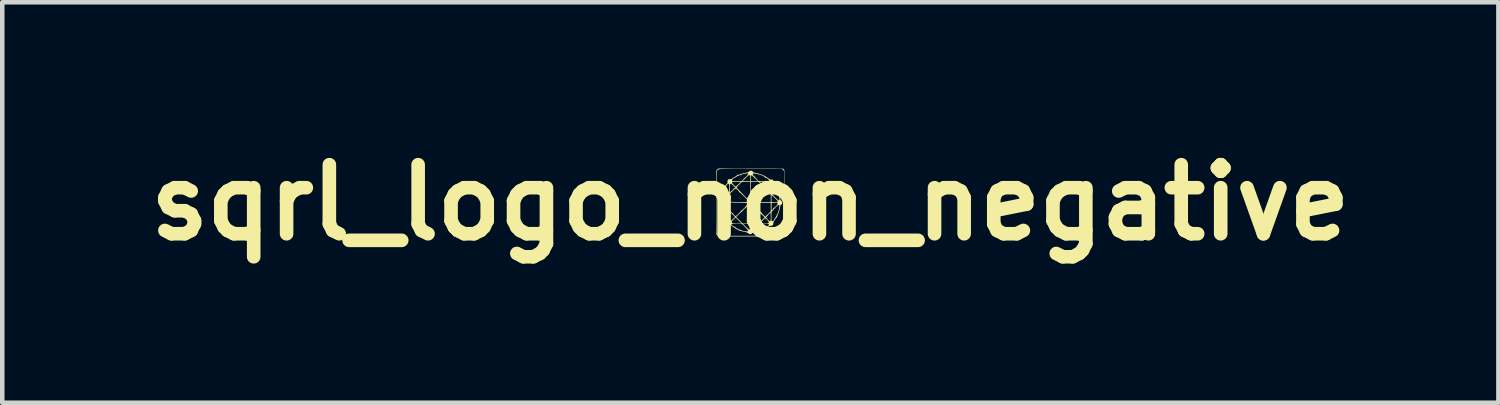
<source format=kicad_pcb>
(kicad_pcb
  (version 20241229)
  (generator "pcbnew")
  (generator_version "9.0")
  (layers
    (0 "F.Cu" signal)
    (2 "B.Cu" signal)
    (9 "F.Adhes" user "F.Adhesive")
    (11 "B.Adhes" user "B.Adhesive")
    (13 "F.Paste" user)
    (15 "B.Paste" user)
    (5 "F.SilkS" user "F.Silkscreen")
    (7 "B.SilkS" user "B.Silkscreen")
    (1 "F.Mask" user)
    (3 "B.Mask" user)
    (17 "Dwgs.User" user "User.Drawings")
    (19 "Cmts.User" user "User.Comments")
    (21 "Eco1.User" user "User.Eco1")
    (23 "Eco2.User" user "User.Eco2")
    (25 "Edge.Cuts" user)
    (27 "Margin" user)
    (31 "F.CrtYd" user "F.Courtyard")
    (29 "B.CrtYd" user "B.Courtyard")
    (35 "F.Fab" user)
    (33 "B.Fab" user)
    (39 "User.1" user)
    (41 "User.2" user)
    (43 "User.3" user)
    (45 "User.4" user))
  (footprint "sqrl_logo_non_negative"
    (layer "F.Cu")
    (at 13.506 1.418)
    (property "Reference" "sqrl_logo_non_negative" (at 0 0 0) (layer "F.SilkS") (effects (font (size 1.524 1.524) (thickness 0.3))))
    (attr board_only exclude_from_pos_files exclude_from_bom)
    (fp_poly (pts (xy -0.705 -0.716) (xy -0.709 -0.713) (xy -0.713 -0.716) (xy -0.709 -0.72)) (stroke (width 0) (type solid)) (fill yes) (layer "F.SilkS"))
    (fp_poly (pts (xy -0.683 -0.064) (xy -0.686 -0.06) (xy -0.69 -0.064) (xy -0.686 -0.068)) (stroke (width 0) (type solid)) (fill yes) (layer "F.SilkS"))
    (fp_poly (pts (xy -0.615 -0.071) (xy -0.619 -0.068) (xy -0.623 -0.071) (xy -0.619 -0.075)) (stroke (width 0) (type solid)) (fill yes) (layer "F.SilkS"))
    (fp_poly (pts (xy -0.615 0.326) (xy -0.619 0.33) (xy -0.623 0.326) (xy -0.619 0.323)) (stroke (width 0) (type solid)) (fill yes) (layer "F.SilkS"))
    (fp_poly (pts (xy -0.6 -0.304) (xy -0.604 -0.3) (xy -0.608 -0.304) (xy -0.604 -0.308)) (stroke (width 0) (type solid)) (fill yes) (layer "F.SilkS"))
    (fp_poly (pts (xy -0.593 -0.041) (xy -0.596 -0.038) (xy -0.6 -0.041) (xy -0.596 -0.045)) (stroke (width 0) (type solid)) (fill yes) (layer "F.SilkS"))
    (fp_poly (pts (xy -0.578 -0.034) (xy -0.581 -0.03) (xy -0.585 -0.034) (xy -0.581 -0.038)) (stroke (width 0) (type solid)) (fill yes) (layer "F.SilkS"))
    (fp_poly (pts (xy -0.548 0.139) (xy -0.551 0.143) (xy -0.555 0.139) (xy -0.551 0.135)) (stroke (width 0) (type solid)) (fill yes) (layer "F.SilkS"))
    (fp_poly (pts (xy -0.54 0.446) (xy -0.544 0.45) (xy -0.548 0.446) (xy -0.544 0.443)) (stroke (width 0) (type solid)) (fill yes) (layer "F.SilkS"))
    (fp_poly (pts (xy -0.525 0.439) (xy -0.529 0.443) (xy -0.533 0.439) (xy -0.529 0.435)) (stroke (width 0) (type solid)) (fill yes) (layer "F.SilkS"))
    (fp_poly (pts (xy -0.518 -0.101) (xy -0.521 -0.098) (xy -0.525 -0.101) (xy -0.521 -0.105)) (stroke (width 0) (type solid)) (fill yes) (layer "F.SilkS"))
    (fp_poly (pts (xy -0.503 -0.191) (xy -0.506 -0.188) (xy -0.51 -0.191) (xy -0.506 -0.195)) (stroke (width 0) (type solid)) (fill yes) (layer "F.SilkS"))
    (fp_poly (pts (xy -0.503 0.101) (xy -0.506 0.105) (xy -0.51 0.101) (xy -0.506 0.098)) (stroke (width 0) (type solid)) (fill yes) (layer "F.SilkS"))
    (fp_poly (pts (xy -0.495 -0.206) (xy -0.499 -0.203) (xy -0.503 -0.206) (xy -0.499 -0.21)) (stroke (width 0) (type solid)) (fill yes) (layer "F.SilkS"))
    (fp_poly (pts (xy -0.488 0.394) (xy -0.491 0.398) (xy -0.495 0.394) (xy -0.491 0.39)) (stroke (width 0) (type solid)) (fill yes) (layer "F.SilkS"))
    (fp_poly (pts (xy -0.48 0.131) (xy -0.484 0.135) (xy -0.488 0.131) (xy -0.484 0.128)) (stroke (width 0) (type solid)) (fill yes) (layer "F.SilkS"))
    (fp_poly (pts (xy -0.473 -0.394) (xy -0.476 -0.39) (xy -0.48 -0.394) (xy -0.476 -0.398)) (stroke (width 0) (type solid)) (fill yes) (layer "F.SilkS"))
    (fp_poly (pts (xy -0.435 0.251) (xy -0.439 0.255) (xy -0.443 0.251) (xy -0.439 0.248)) (stroke (width 0) (type solid)) (fill yes) (layer "F.SilkS"))
    (fp_poly (pts (xy -0.435 0.266) (xy -0.439 0.27) (xy -0.443 0.266) (xy -0.439 0.263)) (stroke (width 0) (type solid)) (fill yes) (layer "F.SilkS"))
    (fp_poly (pts (xy -0.435 0.529) (xy -0.439 0.533) (xy -0.443 0.529) (xy -0.439 0.525)) (stroke (width 0) (type solid)) (fill yes) (layer "F.SilkS"))
    (fp_poly (pts (xy -0.42 -0.409) (xy -0.424 -0.405) (xy -0.428 -0.409) (xy -0.424 -0.413)) (stroke (width 0) (type solid)) (fill yes) (layer "F.SilkS"))
    (fp_poly (pts (xy -0.42 -0.394) (xy -0.424 -0.39) (xy -0.428 -0.394) (xy -0.424 -0.398)) (stroke (width 0) (type solid)) (fill yes) (layer "F.SilkS"))
    (fp_poly (pts (xy -0.42 0.259) (xy -0.424 0.263) (xy -0.428 0.259) (xy -0.424 0.255)) (stroke (width 0) (type solid)) (fill yes) (layer "F.SilkS"))
    (fp_poly (pts (xy -0.42 0.521) (xy -0.424 0.525) (xy -0.428 0.521) (xy -0.424 0.518)) (stroke (width 0) (type solid)) (fill yes) (layer "F.SilkS"))
    (fp_poly (pts (xy -0.42 0.544) (xy -0.424 0.548) (xy -0.428 0.544) (xy -0.424 0.54)) (stroke (width 0) (type solid)) (fill yes) (layer "F.SilkS"))
    (fp_poly (pts (xy -0.398 0.161) (xy -0.401 0.165) (xy -0.405 0.161) (xy -0.401 0.158)) (stroke (width 0) (type solid)) (fill yes) (layer "F.SilkS"))
    (fp_poly (pts (xy -0.39 -0.544) (xy -0.394 -0.54) (xy -0.398 -0.544) (xy -0.394 -0.548)) (stroke (width 0) (type solid)) (fill yes) (layer "F.SilkS"))
    (fp_poly (pts (xy -0.39 0.559) (xy -0.394 0.563) (xy -0.398 0.559) (xy -0.394 0.555)) (stroke (width 0) (type solid)) (fill yes) (layer "F.SilkS"))
    (fp_poly (pts (xy -0.383 -0.559) (xy -0.386 -0.555) (xy -0.39 -0.559) (xy -0.386 -0.563)) (stroke (width 0) (type solid)) (fill yes) (layer "F.SilkS"))
    (fp_poly (pts (xy -0.383 -0.244) (xy -0.386 -0.24) (xy -0.39 -0.244) (xy -0.386 -0.248)) (stroke (width 0) (type solid)) (fill yes) (layer "F.SilkS"))
    (fp_poly (pts (xy -0.375 0.311) (xy -0.379 0.315) (xy -0.383 0.311) (xy -0.379 0.308)) (stroke (width 0) (type solid)) (fill yes) (layer "F.SilkS"))
    (fp_poly (pts (xy -0.368 -0.319) (xy -0.371 -0.315) (xy -0.375 -0.319) (xy -0.371 -0.323)) (stroke (width 0) (type solid)) (fill yes) (layer "F.SilkS"))
    (fp_poly (pts (xy -0.36 -0.341) (xy -0.364 -0.338) (xy -0.368 -0.341) (xy -0.364 -0.345)) (stroke (width 0) (type solid)) (fill yes) (layer "F.SilkS"))
    (fp_poly (pts (xy -0.353 0.379) (xy -0.356 0.383) (xy -0.36 0.379) (xy -0.356 0.375)) (stroke (width 0) (type solid)) (fill yes) (layer "F.SilkS"))
    (fp_poly (pts (xy -0.315 0.281) (xy -0.319 0.285) (xy -0.323 0.281) (xy -0.319 0.278)) (stroke (width 0) (type solid)) (fill yes) (layer "F.SilkS"))
    (fp_poly (pts (xy -0.315 0.611) (xy -0.319 0.615) (xy -0.323 0.611) (xy -0.319 0.608)) (stroke (width 0) (type solid)) (fill yes) (layer "F.SilkS"))
    (fp_poly (pts (xy -0.308 -0.379) (xy -0.311 -0.375) (xy -0.315 -0.379) (xy -0.311 -0.383)) (stroke (width 0) (type solid)) (fill yes) (layer "F.SilkS"))
    (fp_poly (pts (xy -0.308 0.379) (xy -0.311 0.383) (xy -0.315 0.379) (xy -0.311 0.375)) (stroke (width 0) (type solid)) (fill yes) (layer "F.SilkS"))
    (fp_poly (pts (xy -0.3 0.604) (xy -0.304 0.608) (xy -0.308 0.604) (xy -0.304 0.6)) (stroke (width 0) (type solid)) (fill yes) (layer "F.SilkS"))
    (fp_poly (pts (xy -0.278 -0.341) (xy -0.281 -0.338) (xy -0.285 -0.341) (xy -0.281 -0.345)) (stroke (width 0) (type solid)) (fill yes) (layer "F.SilkS"))
    (fp_poly (pts (xy -0.278 0.566) (xy -0.281 0.57) (xy -0.285 0.566) (xy -0.281 0.563)) (stroke (width 0) (type solid)) (fill yes) (layer "F.SilkS"))
    (fp_poly (pts (xy -0.263 0.439) (xy -0.266 0.443) (xy -0.27 0.439) (xy -0.266 0.435)) (stroke (width 0) (type solid)) (fill yes) (layer "F.SilkS"))
    (fp_poly (pts (xy -0.263 0.581) (xy -0.266 0.585) (xy -0.27 0.581) (xy -0.266 0.578)) (stroke (width 0) (type solid)) (fill yes) (layer "F.SilkS"))
    (fp_poly (pts (xy -0.248 -0.439) (xy -0.251 -0.435) (xy -0.255 -0.439) (xy -0.251 -0.443)) (stroke (width 0) (type solid)) (fill yes) (layer "F.SilkS"))
    (fp_poly (pts (xy -0.233 0.356) (xy -0.236 0.36) (xy -0.24 0.356) (xy -0.236 0.353)) (stroke (width 0) (type solid)) (fill yes) (layer "F.SilkS"))
    (fp_poly (pts (xy -0.225 -0.266) (xy -0.229 -0.263) (xy -0.233 -0.266) (xy -0.229 -0.27)) (stroke (width 0) (type solid)) (fill yes) (layer "F.SilkS"))
    (fp_poly (pts (xy -0.218 0.341) (xy -0.221 0.345) (xy -0.225 0.341) (xy -0.221 0.338)) (stroke (width 0) (type solid)) (fill yes) (layer "F.SilkS"))
    (fp_poly (pts (xy -0.188 -0.604) (xy -0.191 -0.6) (xy -0.195 -0.604) (xy -0.191 -0.608)) (stroke (width 0) (type solid)) (fill yes) (layer "F.SilkS"))
    (fp_poly (pts (xy -0.188 -0.484) (xy -0.191 -0.48) (xy -0.195 -0.484) (xy -0.191 -0.488)) (stroke (width 0) (type solid)) (fill yes) (layer "F.SilkS"))
    (fp_poly (pts (xy -0.188 0.424) (xy -0.191 0.428) (xy -0.195 0.424) (xy -0.191 0.42)) (stroke (width 0) (type solid)) (fill yes) (layer "F.SilkS"))
    (fp_poly (pts (xy -0.18 0.491) (xy -0.184 0.495) (xy -0.188 0.491) (xy -0.184 0.488)) (stroke (width 0) (type solid)) (fill yes) (layer "F.SilkS"))
    (fp_poly (pts (xy -0.158 0.191) (xy -0.161 0.195) (xy -0.165 0.191) (xy -0.161 0.188)) (stroke (width 0) (type solid)) (fill yes) (layer "F.SilkS"))
    (fp_poly (pts (xy -0.15 -0.191) (xy -0.154 -0.188) (xy -0.158 -0.191) (xy -0.154 -0.195)) (stroke (width 0) (type solid)) (fill yes) (layer "F.SilkS"))
    (fp_poly (pts (xy -0.128 -0.101) (xy -0.131 -0.098) (xy -0.135 -0.101) (xy -0.131 -0.105)) (stroke (width 0) (type solid)) (fill yes) (layer "F.SilkS"))
    (fp_poly (pts (xy -0.128 0.544) (xy -0.131 0.548) (xy -0.135 0.544) (xy -0.131 0.54)) (stroke (width 0) (type solid)) (fill yes) (layer "F.SilkS"))
    (fp_poly (pts (xy -0.128 0.559) (xy -0.131 0.563) (xy -0.135 0.559) (xy -0.131 0.555)) (stroke (width 0) (type solid)) (fill yes) (layer "F.SilkS"))
    (fp_poly (pts (xy -0.105 0.139) (xy -0.109 0.143) (xy -0.113 0.139) (xy -0.109 0.135)) (stroke (width 0) (type solid)) (fill yes) (layer "F.SilkS"))
    (fp_poly (pts (xy -0.098 -0.521) (xy -0.101 -0.518) (xy -0.105 -0.521) (xy -0.101 -0.525)) (stroke (width 0) (type solid)) (fill yes) (layer "F.SilkS"))
    (fp_poly (pts (xy -0.083 -0.064) (xy -0.086 -0.06) (xy -0.09 -0.064) (xy -0.086 -0.068)) (stroke (width 0) (type solid)) (fill yes) (layer "F.SilkS"))
    (fp_poly (pts (xy -0.083 0.679) (xy -0.086 0.683) (xy -0.09 0.679) (xy -0.086 0.675)) (stroke (width 0) (type solid)) (fill yes) (layer "F.SilkS"))
    (fp_poly (pts (xy -0.06 0.619) (xy -0.064 0.623) (xy -0.068 0.619) (xy -0.064 0.615)) (stroke (width 0) (type solid)) (fill yes) (layer "F.SilkS"))
    (fp_poly (pts (xy -0.053 0.521) (xy -0.056 0.525) (xy -0.06 0.521) (xy -0.056 0.518)) (stroke (width 0) (type solid)) (fill yes) (layer "F.SilkS"))
    (fp_poly (pts (xy 0.068 -0.611) (xy 0.064 -0.608) (xy 0.06 -0.611) (xy 0.064 -0.615)) (stroke (width 0) (type solid)) (fill yes) (layer "F.SilkS"))
    (fp_poly (pts (xy 0.083 0.049) (xy 0.079 0.053) (xy 0.075 0.049) (xy 0.079 0.045)) (stroke (width 0) (type solid)) (fill yes) (layer "F.SilkS"))
    (fp_poly (pts (xy 0.09 -0.619) (xy 0.086 -0.615) (xy 0.083 -0.619) (xy 0.086 -0.623)) (stroke (width 0) (type solid)) (fill yes) (layer "F.SilkS"))
    (fp_poly (pts (xy 0.098 -0.529) (xy 0.094 -0.525) (xy 0.09 -0.529) (xy 0.094 -0.533)) (stroke (width 0) (type solid)) (fill yes) (layer "F.SilkS"))
    (fp_poly (pts (xy 0.105 -0.139) (xy 0.101 -0.135) (xy 0.098 -0.139) (xy 0.101 -0.143)) (stroke (width 0) (type solid)) (fill yes) (layer "F.SilkS"))
    (fp_poly (pts (xy 0.135 -0.551) (xy 0.131 -0.548) (xy 0.128 -0.551) (xy 0.131 -0.555)) (stroke (width 0) (type solid)) (fill yes) (layer "F.SilkS"))
    (fp_poly (pts (xy 0.135 0.094) (xy 0.131 0.098) (xy 0.128 0.094) (xy 0.131 0.09)) (stroke (width 0) (type solid)) (fill yes) (layer "F.SilkS"))
    (fp_poly (pts (xy 0.15 -0.559) (xy 0.146 -0.555) (xy 0.143 -0.559) (xy 0.146 -0.563)) (stroke (width 0) (type solid)) (fill yes) (layer "F.SilkS"))
    (fp_poly (pts (xy 0.173 0.656) (xy 0.169 0.66) (xy 0.165 0.656) (xy 0.169 0.653)) (stroke (width 0) (type solid)) (fill yes) (layer "F.SilkS"))
    (fp_poly (pts (xy 0.21 -0.596) (xy 0.206 -0.593) (xy 0.203 -0.596) (xy 0.206 -0.6)) (stroke (width 0) (type solid)) (fill yes) (layer "F.SilkS"))
    (fp_poly (pts (xy 0.248 -0.206) (xy 0.244 -0.203) (xy 0.24 -0.206) (xy 0.244 -0.21)) (stroke (width 0) (type solid)) (fill yes) (layer "F.SilkS"))
    (fp_poly (pts (xy 0.248 0.446) (xy 0.244 0.45) (xy 0.24 0.446) (xy 0.244 0.443)) (stroke (width 0) (type solid)) (fill yes) (layer "F.SilkS"))
    (fp_poly (pts (xy 0.263 -0.439) (xy 0.259 -0.435) (xy 0.255 -0.439) (xy 0.259 -0.443)) (stroke (width 0) (type solid)) (fill yes) (layer "F.SilkS"))
    (fp_poly (pts (xy 0.27 0.424) (xy 0.266 0.428) (xy 0.263 0.424) (xy 0.266 0.42)) (stroke (width 0) (type solid)) (fill yes) (layer "F.SilkS"))
    (fp_poly (pts (xy 0.285 0.341) (xy 0.281 0.345) (xy 0.278 0.341) (xy 0.281 0.338)) (stroke (width 0) (type solid)) (fill yes) (layer "F.SilkS"))
    (fp_poly (pts (xy 0.308 -0.619) (xy 0.304 -0.615) (xy 0.3 -0.619) (xy 0.304 -0.623)) (stroke (width 0) (type solid)) (fill yes) (layer "F.SilkS"))
    (fp_poly (pts (xy 0.308 -0.386) (xy 0.304 -0.383) (xy 0.3 -0.386) (xy 0.304 -0.39)) (stroke (width 0) (type solid)) (fill yes) (layer "F.SilkS"))
    (fp_poly (pts (xy 0.308 0.386) (xy 0.304 0.39) (xy 0.3 0.386) (xy 0.304 0.383)) (stroke (width 0) (type solid)) (fill yes) (layer "F.SilkS"))
    (fp_poly (pts (xy 0.315 -0.371) (xy 0.311 -0.368) (xy 0.308 -0.371) (xy 0.311 -0.375)) (stroke (width 0) (type solid)) (fill yes) (layer "F.SilkS"))
    (fp_poly (pts (xy 0.323 0.281) (xy 0.319 0.285) (xy 0.315 0.281) (xy 0.319 0.278)) (stroke (width 0) (type solid)) (fill yes) (layer "F.SilkS"))
    (fp_poly (pts (xy 0.338 0.296) (xy 0.334 0.3) (xy 0.33 0.296) (xy 0.334 0.293)) (stroke (width 0) (type solid)) (fill yes) (layer "F.SilkS"))
    (fp_poly (pts (xy 0.345 -0.529) (xy 0.341 -0.525) (xy 0.338 -0.529) (xy 0.341 -0.533)) (stroke (width 0) (type solid)) (fill yes) (layer "F.SilkS"))
    (fp_poly (pts (xy 0.345 -0.386) (xy 0.341 -0.383) (xy 0.338 -0.386) (xy 0.341 -0.39)) (stroke (width 0) (type solid)) (fill yes) (layer "F.SilkS"))
    (fp_poly (pts (xy 0.345 0.281) (xy 0.341 0.285) (xy 0.338 0.281) (xy 0.341 0.278)) (stroke (width 0) (type solid)) (fill yes) (layer "F.SilkS"))
    (fp_poly (pts (xy 0.36 -0.521) (xy 0.356 -0.518) (xy 0.353 -0.521) (xy 0.356 -0.525)) (stroke (width 0) (type solid)) (fill yes) (layer "F.SilkS"))
    (fp_poly (pts (xy 0.405 -0.544) (xy 0.401 -0.54) (xy 0.398 -0.544) (xy 0.401 -0.548)) (stroke (width 0) (type solid)) (fill yes) (layer "F.SilkS"))
    (fp_poly (pts (xy 0.428 0.401) (xy 0.424 0.405) (xy 0.42 0.401) (xy 0.424 0.398)) (stroke (width 0) (type solid)) (fill yes) (layer "F.SilkS"))
    (fp_poly (pts (xy 0.443 -0.559) (xy 0.439 -0.555) (xy 0.435 -0.559) (xy 0.439 -0.563)) (stroke (width 0) (type solid)) (fill yes) (layer "F.SilkS"))
    (fp_poly (pts (xy 0.495 0.131) (xy 0.491 0.135) (xy 0.488 0.131) (xy 0.491 0.128)) (stroke (width 0) (type solid)) (fill yes) (layer "F.SilkS"))
    (fp_poly (pts (xy 0.503 -0.394) (xy 0.499 -0.39) (xy 0.495 -0.394) (xy 0.499 -0.398)) (stroke (width 0) (type solid)) (fill yes) (layer "F.SilkS"))
    (fp_poly (pts (xy 0.533 -0.439) (xy 0.529 -0.435) (xy 0.525 -0.439) (xy 0.529 -0.443)) (stroke (width 0) (type solid)) (fill yes) (layer "F.SilkS"))
    (fp_poly (pts (xy 0.54 0.349) (xy 0.536 0.353) (xy 0.533 0.349) (xy 0.536 0.345)) (stroke (width 0) (type solid)) (fill yes) (layer "F.SilkS"))
    (fp_poly (pts (xy 0.548 0.139) (xy 0.544 0.143) (xy 0.54 0.139) (xy 0.544 0.135)) (stroke (width 0) (type solid)) (fill yes) (layer "F.SilkS"))
    (fp_poly (pts (xy 0.563 0.124) (xy 0.559 0.128) (xy 0.555 0.124) (xy 0.559 0.12)) (stroke (width 0) (type solid)) (fill yes) (layer "F.SilkS"))
    (fp_poly (pts (xy 0.585 0.236) (xy 0.581 0.24) (xy 0.578 0.236) (xy 0.581 0.233)) (stroke (width 0) (type solid)) (fill yes) (layer "F.SilkS"))
    (fp_poly (pts (xy 0.593 0.034) (xy 0.589 0.038) (xy 0.585 0.034) (xy 0.589 0.03)) (stroke (width 0) (type solid)) (fill yes) (layer "F.SilkS"))
    (fp_poly (pts (xy 0.6 -0.079) (xy 0.596 -0.075) (xy 0.593 -0.079) (xy 0.596 -0.083)) (stroke (width 0) (type solid)) (fill yes) (layer "F.SilkS"))
    (fp_poly (pts (xy 0.608 0.079) (xy 0.604 0.083) (xy 0.6 0.079) (xy 0.604 0.075)) (stroke (width 0) (type solid)) (fill yes) (layer "F.SilkS"))
    (fp_poly (pts (xy 0.698 -0.716) (xy 0.694 -0.713) (xy 0.69 -0.716) (xy 0.694 -0.72)) (stroke (width 0) (type solid)) (fill yes) (layer "F.SilkS"))
    (fp_poly (pts (xy 0.713 0.709) (xy 0.709 0.713) (xy 0.705 0.709) (xy 0.709 0.705)) (stroke (width 0) (type solid)) (fill yes) (layer "F.SilkS"))
    (fp_poly (pts (xy -0.273 0.295) (xy -0.272 0.304) (xy -0.273 0.305) (xy -0.277 0.304) (xy -0.278 0.3) (xy -0.275 0.294)) (stroke (width 0) (type solid)) (fill yes) (layer "F.SilkS"))
    (fp_poly (pts (xy -0.25 0.43) (xy -0.249 0.439) (xy -0.25 0.44) (xy -0.255 0.439) (xy -0.255 0.435) (xy -0.252 0.429)) (stroke (width 0) (type solid)) (fill yes) (layer "F.SilkS"))
    (fp_poly (pts (xy -0.22 -0.59) (xy -0.221 -0.586) (xy -0.225 -0.585) (xy -0.231 -0.588) (xy -0.23 -0.59) (xy -0.221 -0.591)) (stroke (width 0) (type solid)) (fill yes) (layer "F.SilkS"))
    (fp_poly (pts (xy -0.436 0.393) (xy -0.428 0.401) (xy -0.43 0.405) (xy -0.431 0.405) (xy -0.437 0.4) (xy -0.44 0.396) (xy -0.44 0.391)) (stroke (width 0) (type solid)) (fill yes) (layer "F.SilkS"))
    (fp_poly (pts (xy -0.211 -0.605) (xy -0.203 -0.598) (xy -0.203 -0.596) (xy -0.206 -0.593) (xy -0.214 -0.6) (xy -0.215 -0.601) (xy -0.215 -0.606)) (stroke (width 0) (type solid)) (fill yes) (layer "F.SilkS"))
    (fp_poly (pts (xy 0.384 0.327) (xy 0.387 0.336) (xy 0.386 0.338) (xy 0.38 0.345) (xy 0.378 0.337) (xy 0.378 0.334) (xy 0.381 0.327)) (stroke (width 0) (type solid)) (fill yes) (layer "F.SilkS"))
    (fp_poly (pts (xy 0.14 -0.108) (xy 0.139 -0.105) (xy 0.132 -0.098) (xy 0.13 -0.098) (xy 0.13 -0.102) (xy 0.131 -0.105) (xy 0.138 -0.112) (xy 0.14 -0.113)) (stroke (width 0) (type solid)) (fill yes) (layer "F.SilkS"))
    (fp_poly (pts (xy 0.29 -0.325) (xy 0.289 -0.323) (xy 0.282 -0.315) (xy 0.28 -0.315) (xy 0.28 -0.32) (xy 0.281 -0.323) (xy 0.288 -0.33) (xy 0.29 -0.33)) (stroke (width 0) (type solid)) (fill yes) (layer "F.SilkS"))
    (fp_poly (pts (xy 0.335 0.365) (xy 0.334 0.368) (xy 0.327 0.375) (xy 0.325 0.375) (xy 0.325 0.37) (xy 0.326 0.368) (xy 0.333 0.36) (xy 0.335 0.36)) (stroke (width 0) (type solid)) (fill yes) (layer "F.SilkS"))
    (fp_poly (pts (xy 0.44 -0.258) (xy 0.439 -0.255) (xy 0.432 -0.248) (xy 0.43 -0.248) (xy 0.43 -0.252) (xy 0.431 -0.255) (xy 0.438 -0.262) (xy 0.44 -0.263)) (stroke (width 0) (type solid)) (fill yes) (layer "F.SilkS"))
    (fp_poly (pts (xy 0.734 -0.733) (xy 0.75 -0.715) (xy 0.75 0.717) (xy 0.706 0.75) (xy -0.711 0.75) (xy -0.731 0.727) (xy -0.75 0.704) (xy -0.75 0.117) (xy -0.742 0.117) (xy -0.742 0.202) (xy -0.742 0.285) (xy -0.742 0.362) (xy -0.741 0.433) (xy -0.741 0.497) (xy -0.74 0.552) (xy -0.739 0.596) (xy -0.739 0.628) (xy -0.738 0.647) (xy -0.738 0.647) (xy -0.734 0.677) (xy -0.73 0.695) (xy -0.726 0.7) (xy -0.725 0.7) (xy -0.722 0.7) (xy -0.724 0.705) (xy -0.727 0.71) (xy -0.728 0.714) (xy -0.727 0.718) (xy -0.723 0.722) (xy -0.715 0.724) (xy -0.702 0.727) (xy -0.684 0.729) (xy -0.658 0.731) (xy -0.626 0.732) (xy -0.585 0.733) (xy -0.536 0.734) (xy -0.476 0.734) (xy -0.406 0.735) (xy -0.323 0.735) (xy -0.229 0.735) (xy -0.121 0.735) (xy 0.001 0.735) (xy 0.705 0.735) (xy 0.724 0.715) (xy 0.743 0.694) (xy 0.743 -0.695) (xy 0.72 -0.719) (xy 0.698 -0.743) (xy 0.002 -0.742) (xy -0.119 -0.743) (xy -0.227 -0.743) (xy -0.32 -0.743) (xy -0.402 -0.743) (xy -0.472 -0.742) (xy -0.531 -0.741) (xy -0.581 -0.74) (xy -0.622 -0.739) (xy -0.655 -0.737) (xy -0.68 -0.734) (xy -0.7 -0.73) (xy -0.714 -0.725) (xy -0.724 -0.72) (xy -0.73 -0.713) (xy -0.733 -0.705) (xy -0.734 -0.696) (xy -0.735 -0.685) (xy -0.735 -0.673) (xy -0.736 -0.663) (xy -0.737 -0.647) (xy -0.738 -0.617) (xy -0.739 -0.575) (xy -0.739 -0.522) (xy -0.74 -0.46) (xy -0.741 -0.39) (xy -0.741 -0.314) (xy -0.741 -0.232) (xy -0.742 -0.147) (xy -0.742 -0.06) (xy -0.742 0.029) (xy -0.742 0.117) (xy -0.75 0.117) (xy -0.75 -0.709) (xy -0.712 -0.75) (xy 0.718 -0.75)) (stroke (width 0) (type solid)) (fill yes) (layer "F.SilkS"))
    (fp_poly (pts (xy 0.028 -0.7) (xy 0.047 -0.69) (xy 0.056 -0.676) (xy 0.066 -0.665) (xy 0.076 -0.662) (xy 0.104 -0.658) (xy 0.141 -0.649) (xy 0.182 -0.638) (xy 0.223 -0.625) (xy 0.26 -0.612) (xy 0.289 -0.599) (xy 0.3 -0.593) (xy 0.314 -0.585) (xy 0.322 -0.583) (xy 0.33 -0.58) (xy 0.343 -0.57) (xy 0.357 -0.559) (xy 0.364 -0.555) (xy 0.372 -0.551) (xy 0.388 -0.54) (xy 0.4 -0.53) (xy 0.422 -0.514) (xy 0.439 -0.508) (xy 0.455 -0.508) (xy 0.484 -0.506) (xy 0.505 -0.493) (xy 0.515 -0.469) (xy 0.516 -0.454) (xy 0.518 -0.431) (xy 0.525 -0.41) (xy 0.535 -0.394) (xy 0.545 -0.387) (xy 0.55 -0.388) (xy 0.554 -0.388) (xy 0.551 -0.382) (xy 0.55 -0.376) (xy 0.559 -0.378) (xy 0.568 -0.38) (xy 0.565 -0.374) (xy 0.563 -0.371) (xy 0.557 -0.362) (xy 0.562 -0.36) (xy 0.563 -0.36) (xy 0.569 -0.358) (xy 0.568 -0.356) (xy 0.569 -0.347) (xy 0.576 -0.331) (xy 0.584 -0.316) (xy 0.601 -0.283) (xy 0.618 -0.241) (xy 0.634 -0.196) (xy 0.647 -0.151) (xy 0.656 -0.11) (xy 0.66 -0.078) (xy 0.66 -0.074) (xy 0.665 -0.059) (xy 0.678 -0.042) (xy 0.683 -0.038) (xy 0.698 -0.018) (xy 0.705 0.001) (xy 0.705 0.002) (xy 0.701 0.018) (xy 0.692 0.036) (xy 0.681 0.05) (xy 0.67 0.057) (xy 0.667 0.056) (xy 0.662 0.059) (xy 0.66 0.073) (xy 0.66 0.074) (xy 0.658 0.096) (xy 0.651 0.128) (xy 0.641 0.166) (xy 0.63 0.205) (xy 0.617 0.242) (xy 0.606 0.272) (xy 0.604 0.275) (xy 0.595 0.298) (xy 0.59 0.316) (xy 0.59 0.325) (xy 0.59 0.329) (xy 0.587 0.327) (xy 0.579 0.33) (xy 0.567 0.343) (xy 0.562 0.351) (xy 0.546 0.376) (xy 0.528 0.402) (xy 0.526 0.405) (xy 0.511 0.433) (xy 0.509 0.455) (xy 0.505 0.481) (xy 0.49 0.502) (xy 0.468 0.514) (xy 0.448 0.515) (xy 0.429 0.516) (xy 0.412 0.522) (xy 0.399 0.531) (xy 0.394 0.541) (xy 0.396 0.544) (xy 0.396 0.547) (xy 0.392 0.545) (xy 0.382 0.546) (xy 0.363 0.554) (xy 0.339 0.567) (xy 0.334 0.57) (xy 0.31 0.584) (xy 0.292 0.595) (xy 0.282 0.6) (xy 0.281 0.6) (xy 0.273 0.603) (xy 0.255 0.61) (xy 0.246 0.614) (xy 0.219 0.625) (xy 0.187 0.634) (xy 0.173 0.638) (xy 0.145 0.644) (xy 0.12 0.651) (xy 0.11 0.654) (xy 0.088 0.658) (xy 0.071 0.66) (xy 0.054 0.666) (xy 0.042 0.679) (xy 0.024 0.694) (xy 0.00007 0.699) (xy -0.025 0.694) (xy -0.047 0.68) (xy -0.048 0.68) (xy -0.064 0.667) (xy -0.09 0.657) (xy -0.122 0.649) (xy -0.155 0.642) (xy -0.187 0.634) (xy -0.211 0.627) (xy -0.212 0.627) (xy -0.232 0.621) (xy -0.247 0.62) (xy -0.25 0.62) (xy -0.254 0.62) (xy -0.251 0.615) (xy -0.25 0.608) (xy -0.26 0.609) (xy -0.261 0.609) (xy -0.272 0.61) (xy -0.273 0.607) (xy -0.275 0.601) (xy -0.277 0.6) (xy -0.287 0.596) (xy -0.306 0.586) (xy -0.33 0.571) (xy -0.357 0.554) (xy -0.384 0.536) (xy -0.405 0.52) (xy -0.415 0.513) (xy -0.432 0.501) (xy -0.444 0.501) (xy -0.446 0.503) (xy -0.463 0.508) (xy -0.483 0.503) (xy -0.501 0.49) (xy -0.504 0.487) (xy -0.421 0.487) (xy -0.42 0.489) (xy -0.395 0.51) (xy -0.371 0.526) (xy -0.351 0.536) (xy -0.341 0.537) (xy -0.333 0.536) (xy -0.333 0.539) (xy -0.33 0.546) (xy -0.316 0.558) (xy -0.301 0.568) (xy -0.277 0.582) (xy -0.253 0.593) (xy -0.233 0.601) (xy -0.22 0.604) (xy -0.218 0.603) (xy -0.213 0.603) (xy -0.206 0.608) (xy -0.19 0.616) (xy -0.163 0.625) (xy -0.132 0.632) (xy -0.1 0.636) (xy -0.085 0.637) (xy -0.064 0.636) (xy -0.054 0.631) (xy 0.049 0.631) (xy 0.06 0.636) (xy 0.082 0.637) (xy 0.112 0.634) (xy 0.145 0.628) (xy 0.18 0.62) (xy 0.196 0.615) (xy 0.234 0.601) (xy 0.274 0.583) (xy 0.314 0.563) (xy 0.35 0.543) (xy 0.38 0.524) (xy 0.4 0.508) (xy 0.406 0.501) (xy 0.407 0.488) (xy 0.404 0.478) (xy 0.4 0.473) (xy 0.392 0.469) (xy 0.379 0.467) (xy 0.357 0.465) (xy 0.324 0.465) (xy 0.297 0.466) (xy 0.198 0.467) (xy 0.121 0.544) (xy 0.088 0.578) (xy 0.065 0.604) (xy 0.052 0.622) (xy 0.049 0.631) (xy -0.054 0.631) (xy -0.054 0.63) (xy -0.05 0.623) (xy -0.051 0.609) (xy -0.058 0.599) (xy -0.068 0.596) (xy -0.071 0.598) (xy -0.074 0.598) (xy -0.074 0.595) (xy -0.078 0.587) (xy -0.089 0.571) (xy -0.106 0.552) (xy -0.124 0.531) (xy -0.142 0.512) (xy -0.156 0.499) (xy -0.164 0.495) (xy -0.171 0.489) (xy -0.178 0.48) (xy -0.183 0.475) (xy -0.19 0.471) (xy -0.202 0.468) (xy -0.215 0.467) (xy -0.166 0.467) (xy -0.1 0.534) (xy -0.074 0.559) (xy -0.051 0.58) (xy -0.033 0.593) (xy -0.023 0.598) (xy -0.023 0.598) (xy -0.017 0.594) (xy -0.013 0.583) (xy -0.012 0.561) (xy -0.012 0.559) (xy 0.008 0.559) (xy 0.01 0.578) (xy 0.014 0.59) (xy 0.02 0.597) (xy 0.032 0.605) (xy 0.035 0.607) (xy 0.041 0.602) (xy 0.055 0.589) (xy 0.076 0.568) (xy 0.101 0.543) (xy 0.104 0.539) (xy 0.129 0.514) (xy 0.147 0.494) (xy 0.159 0.481) (xy 0.161 0.475) (xy 0.16 0.476) (xy 0.153 0.477) (xy 0.153 0.474) (xy 0.147 0.472) (xy 0.13 0.47) (xy 0.104 0.469) (xy 0.084 0.469) (xy 0.011 0.469) (xy 0.009 0.528) (xy 0.008 0.559) (xy -0.012 0.559) (xy -0.011 0.532) (xy -0.011 0.469) (xy -0.089 0.468) (xy -0.166 0.467) (xy -0.215 0.467) (xy -0.222 0.467) (xy -0.251 0.466) (xy -0.292 0.466) (xy -0.3 0.466) (xy -0.339 0.467) (xy -0.371 0.468) (xy -0.395 0.47) (xy -0.408 0.472) (xy -0.409 0.473) (xy -0.411 0.48) (xy -0.414 0.482) (xy -0.421 0.487) (xy -0.504 0.487) (xy -0.508 0.483) (xy -0.516 0.457) (xy -0.515 0.44) (xy -0.516 0.425) (xy -0.412 0.425) (xy -0.412 0.435) (xy -0.409 0.44) (xy -0.406 0.447) (xy -0.4 0.452) (xy -0.39 0.455) (xy -0.373 0.457) (xy -0.347 0.457) (xy -0.309 0.458) (xy -0.3 0.458) (xy -0.199 0.458) (xy -0.263 0.394) (xy -0.326 0.33) (xy -0.372 0.376) (xy -0.394 0.399) (xy -0.407 0.415) (xy -0.412 0.425) (xy -0.516 0.425) (xy -0.516 0.416) (xy -0.527 0.397) (xy -0.528 0.396) (xy -0.557 0.357) (xy -0.585 0.306) (xy -0.61 0.248) (xy -0.632 0.186) (xy -0.646 0.131) (xy -0.655 0.092) (xy -0.659 0.077) (xy -0.638 0.077) (xy -0.635 0.109) (xy -0.627 0.146) (xy -0.617 0.186) (xy -0.603 0.227) (xy -0.587 0.265) (xy -0.57 0.297) (xy -0.569 0.3) (xy -0.558 0.317) (xy -0.552 0.329) (xy -0.551 0.33) (xy -0.543 0.348) (xy -0.534 0.356) (xy -0.53 0.355) (xy -0.525 0.354) (xy -0.527 0.356) (xy -0.526 0.365) (xy -0.519 0.38) (xy -0.509 0.395) (xy -0.499 0.404) (xy -0.495 0.405) (xy -0.483 0.403) (xy -0.477 0.401) (xy -0.472 0.397) (xy -0.469 0.388) (xy -0.467 0.371) (xy -0.466 0.349) (xy -0.449 0.349) (xy -0.448 0.379) (xy -0.446 0.397) (xy -0.442 0.405) (xy -0.441 0.406) (xy -0.431 0.404) (xy -0.412 0.39) (xy -0.386 0.366) (xy -0.385 0.365) (xy -0.337 0.319) (xy -0.338 0.318) (xy -0.315 0.318) (xy -0.177 0.458) (xy -0.008 0.458) (xy -0.008 0.238) (xy -0.008 0.02) (xy 0.008 0.02) (xy 0.008 0.458) (xy 0.094 0.458) (xy 0.212 0.458) (xy 0.308 0.458) (xy 0.347 0.457) (xy 0.374 0.457) (xy 0.391 0.455) (xy 0.401 0.452) (xy 0.405 0.447) (xy 0.407 0.443) (xy 0.408 0.432) (xy 0.403 0.432) (xy 0.399 0.433) (xy 0.401 0.428) (xy 0.399 0.418) (xy 0.388 0.403) (xy 0.372 0.385) (xy 0.354 0.367) (xy 0.336 0.354) (xy 0.322 0.348) (xy 0.319 0.348) (xy 0.311 0.355) (xy 0.311 0.36) (xy 0.311 0.366) (xy 0.309 0.366) (xy 0.3 0.37) (xy 0.285 0.383) (xy 0.265 0.402) (xy 0.256 0.411) (xy 0.212 0.458) (xy 0.094 0.458) (xy 0.132 0.457) (xy 0.159 0.456) (xy 0.177 0.454) (xy 0.19 0.449) (xy 0.201 0.442) (xy 0.203 0.441) (xy 0.216 0.429) (xy 0.22 0.419) (xy 0.22 0.418) (xy 0.22 0.414) (xy 0.224 0.416) (xy 0.231 0.415) (xy 0.233 0.409) (xy 0.235 0.4) (xy 0.238 0.399) (xy 0.246 0.395) (xy 0.261 0.383) (xy 0.279 0.365) (xy 0.279 0.365) (xy 0.315 0.328) (xy 0.313 0.326) (xy 0.345 0.326) (xy 0.35 0.337) (xy 0.363 0.353) (xy 0.384 0.376) (xy 0.406 0.398) (xy 0.423 0.412) (xy 0.432 0.415) (xy 0.433 0.414) (xy 0.44 0.408) (xy 0.443 0.409) (xy 0.446 0.404) (xy 0.448 0.386) (xy 0.45 0.357) (xy 0.45 0.319) (xy 0.45 0.308) (xy 0.465 0.308) (xy 0.465 0.348) (xy 0.466 0.377) (xy 0.468 0.395) (xy 0.472 0.405) (xy 0.477 0.411) (xy 0.477 0.411) (xy 0.492 0.412) (xy 0.507 0.404) (xy 0.517 0.392) (xy 0.518 0.387) (xy 0.522 0.377) (xy 0.532 0.364) (xy 0.541 0.352) (xy 0.554 0.331) (xy 0.569 0.305) (xy 0.583 0.277) (xy 0.596 0.25) (xy 0.606 0.229) (xy 0.611 0.215) (xy 0.611 0.211) (xy 0.612 0.203) (xy 0.616 0.198) (xy 0.621 0.186) (xy 0.626 0.165) (xy 0.632 0.138) (xy 0.637 0.109) (xy 0.641 0.084) (xy 0.642 0.065) (xy 0.641 0.059) (xy 0.632 0.053) (xy 0.618 0.056) (xy 0.597 0.07) (xy 0.57 0.094) (xy 0.553 0.111) (xy 0.53 0.135) (xy 0.512 0.155) (xy 0.502 0.17) (xy 0.5 0.175) (xy 0.5 0.179) (xy 0.495 0.179) (xy 0.486 0.182) (xy 0.486 0.186) (xy 0.484 0.193) (xy 0.481 0.192) (xy 0.475 0.191) (xy 0.471 0.199) (xy 0.468 0.217) (xy 0.466 0.246) (xy 0.465 0.288) (xy 0.465 0.308) (xy 0.45 0.308) (xy 0.45 0.284) (xy 0.448 0.254) (xy 0.447 0.234) (xy 0.445 0.225) (xy 0.444 0.225) (xy 0.436 0.23) (xy 0.422 0.243) (xy 0.406 0.259) (xy 0.392 0.276) (xy 0.383 0.29) (xy 0.381 0.296) (xy 0.38 0.299) (xy 0.375 0.299) (xy 0.366 0.302) (xy 0.366 0.306) (xy 0.365 0.313) (xy 0.362 0.313) (xy 0.353 0.314) (xy 0.347 0.319) (xy 0.345 0.326) (xy 0.313 0.326) (xy 0.28 0.294) (xy 0.261 0.276) (xy 0.246 0.264) (xy 0.238 0.261) (xy 0.233 0.257) (xy 0.233 0.255) (xy 0.228 0.247) (xy 0.214 0.23) (xy 0.194 0.208) (xy 0.17 0.183) (xy 0.144 0.157) (xy 0.118 0.131) (xy 0.094 0.109) (xy 0.074 0.092) (xy 0.061 0.082) (xy 0.058 0.08) (xy 0.054 0.08) (xy 0.055 0.077) (xy 0.053 0.068) (xy 0.042 0.054) (xy 0.033 0.045) (xy 0.008 0.02) (xy -0.008 0.02) (xy -0.008 0.019) (xy -0.056 0.07) (xy -0.077 0.091) (xy -0.094 0.108) (xy -0.103 0.116) (xy -0.105 0.117) (xy -0.11 0.12) (xy -0.123 0.132) (xy -0.141 0.149) (xy -0.146 0.155) (xy -0.166 0.175) (xy -0.18 0.192) (xy -0.187 0.202) (xy -0.188 0.203) (xy -0.192 0.208) (xy -0.193 0.208) (xy -0.201 0.212) (xy -0.216 0.225) (xy -0.238 0.244) (xy -0.257 0.262) (xy -0.315 0.318) (xy -0.338 0.318) (xy -0.446 0.211) (xy -0.448 0.306) (xy -0.449 0.349) (xy -0.466 0.349) (xy -0.466 0.345) (xy -0.465 0.307) (xy -0.465 0.294) (xy -0.465 0.191) (xy -0.543 0.114) (xy -0.572 0.087) (xy -0.596 0.064) (xy -0.616 0.049) (xy -0.627 0.041) (xy -0.63 0.041) (xy -0.637 0.053) (xy -0.638 0.077) (xy -0.659 0.077) (xy -0.663 0.065) (xy -0.67 0.047) (xy -0.679 0.036) (xy -0.68 0.035) (xy -0.692 0.018) (xy -0.693 0.017) (xy -0.598 0.017) (xy -0.595 0.029) (xy -0.583 0.046) (xy -0.561 0.071) (xy -0.534 0.099) (xy -0.509 0.124) (xy -0.488 0.145) (xy -0.474 0.159) (xy -0.467 0.165) (xy -0.467 0.165) (xy -0.466 0.158) (xy -0.466 0.139) (xy -0.465 0.111) (xy -0.465 0.083) (xy -0.465 0) (xy -0.531 0) (xy -0.563 0.000219) (xy -0.582 0.001) (xy -0.593 0.004) (xy -0.597 0.009) (xy -0.598 0.017) (xy -0.693 0.017) (xy -0.697 -0.001) (xy -0.451 -0.001) (xy -0.45 0.091) (xy -0.449 0.184) (xy -0.422 0.212) (xy -0.405 0.227) (xy -0.392 0.235) (xy -0.387 0.235) (xy -0.383 0.234) (xy -0.385 0.237) (xy -0.383 0.245) (xy -0.373 0.26) (xy -0.359 0.275) (xy -0.346 0.288) (xy -0.337 0.297) (xy -0.329 0.3) (xy -0.319 0.298) (xy -0.306 0.288) (xy -0.287 0.271) (xy -0.26 0.245) (xy -0.245 0.23) (xy -0.222 0.208) (xy -0.205 0.189) (xy -0.195 0.176) (xy -0.193 0.172) (xy -0.19 0.167) (xy -0.189 0.167) (xy -0.18 0.163) (xy -0.165 0.15) (xy -0.146 0.132) (xy -0.124 0.11) (xy -0.104 0.087) (xy -0.086 0.067) (xy -0.075 0.051) (xy -0.072 0.044) (xy -0.073 0.039) (xy -0.068 0.041) (xy -0.059 0.04) (xy -0.046 0.032) (xy -0.035 0.022) (xy -0.03 0.014) (xy -0.031 0.012) (xy -0.039 0.011) (xy -0.06 0.01) (xy -0.092 0.009) (xy -0.125 0.008) (xy 0.023 0.008) (xy 0.127 0.113) (xy 0.167 0.153) (xy 0.199 0.183) (xy 0.222 0.203) (xy 0.237 0.213) (xy 0.241 0.213) (xy 0.246 0.212) (xy 0.244 0.217) (xy 0.246 0.227) (xy 0.26 0.246) (xy 0.282 0.27) (xy 0.303 0.291) (xy 0.318 0.306) (xy 0.326 0.314) (xy 0.327 0.315) (xy 0.332 0.31) (xy 0.346 0.297) (xy 0.366 0.277) (xy 0.389 0.255) (xy 0.45 0.194) (xy 0.45 0.151) (xy 0.466 0.151) (xy 0.467 0.168) (xy 0.467 0.173) (xy 0.474 0.168) (xy 0.488 0.157) (xy 0.491 0.154) (xy 0.503 0.139) (xy 0.506 0.128) (xy 0.506 0.126) (xy 0.505 0.121) (xy 0.507 0.122) (xy 0.516 0.119) (xy 0.532 0.108) (xy 0.553 0.091) (xy 0.561 0.084) (xy 0.585 0.061) (xy 0.598 0.044) (xy 0.603 0.032) (xy 0.603 0.025) (xy 0.6 0.017) (xy 0.593 0.013) (xy 0.58 0.01) (xy 0.558 0.01) (xy 0.534 0.01) (xy 0.469 0.011) (xy 0.467 0.092) (xy 0.466 0.125) (xy 0.466 0.151) (xy 0.45 0.151) (xy 0.45 0.008) (xy 0.023 0.008) (xy -0.125 0.008) (xy -0.133 0.007) (xy -0.182 0.006) (xy -0.236 0.004) (xy -0.242 0.004) (xy -0.451 -0.001) (xy -0.697 -0.001) (xy -0.697 -0.005) (xy -0.697 -0.008) (xy 0.02 -0.008) (xy 0.45 -0.008) (xy 0.45 -0.008) (xy 0.465 -0.008) (xy 0.523 -0.006) (xy 0.552 -0.004) (xy 0.574 -0.003) (xy 0.586 -0.002) (xy 0.587 -0.002) (xy 0.594 -0.006) (xy 0.6 -0.015) (xy 0.603 -0.023) (xy 0.6 -0.031) (xy 0.592 -0.043) (xy 0.577 -0.061) (xy 0.553 -0.086) (xy 0.541 -0.098) (xy 0.515 -0.123) (xy 0.493 -0.144) (xy 0.477 -0.159) (xy 0.469 -0.165) (xy 0.469 -0.165) (xy 0.467 -0.158) (xy 0.466 -0.139) (xy 0.465 -0.111) (xy 0.465 -0.087) (xy 0.465 -0.008) (xy 0.45 -0.008) (xy 0.45 -0.188) (xy 0.389 -0.248) (xy 0.329 -0.308) (xy 0.297 -0.28) (xy 0.266 -0.251) (xy 0.239 -0.224) (xy 0.217 -0.202) (xy 0.202 -0.186) (xy 0.195 -0.176) (xy 0.197 -0.175) (xy 0.207 -0.176) (xy 0.206 -0.172) (xy 0.195 -0.166) (xy 0.193 -0.166) (xy 0.184 -0.162) (xy 0.168 -0.148) (xy 0.145 -0.128) (xy 0.117 -0.102) (xy 0.102 -0.088) (xy 0.02 -0.008) (xy -0.697 -0.008) (xy -0.696 -0.028) (xy -0.693 -0.033) (xy -0.599 -0.033) (xy -0.596 -0.023) (xy -0.582 -0.018) (xy -0.555 -0.015) (xy -0.528 -0.015) (xy -0.465 -0.015) (xy -0.465 -0.016) (xy -0.451 -0.016) (xy -0.389 -0.013) (xy -0.349 -0.012) (xy -0.304 -0.011) (xy -0.256 -0.01) (xy -0.207 -0.009) (xy -0.159 -0.009) (xy -0.115 -0.009) (xy -0.077 -0.009) (xy -0.048 -0.01) (xy -0.029 -0.011) (xy -0.023 -0.012) (xy -0.027 -0.019) (xy 0.008 -0.019) (xy 0.073 -0.084) (xy 0.104 -0.114) (xy 0.137 -0.146) (xy 0.168 -0.176) (xy 0.186 -0.193) (xy 0.207 -0.214) (xy 0.223 -0.232) (xy 0.232 -0.244) (xy 0.233 -0.247) (xy 0.236 -0.253) (xy 0.239 -0.252) (xy 0.246 -0.255) (xy 0.261 -0.267) (xy 0.28 -0.285) (xy 0.281 -0.286) (xy 0.3 -0.306) (xy 0.31 -0.319) (xy 0.31 -0.321) (xy 0.345 -0.321) (xy 0.35 -0.311) (xy 0.363 -0.297) (xy 0.38 -0.282) (xy 0.397 -0.268) (xy 0.41 -0.261) (xy 0.415 -0.26) (xy 0.419 -0.26) (xy 0.417 -0.257) (xy 0.419 -0.246) (xy 0.428 -0.232) (xy 0.429 -0.231) (xy 0.446 -0.214) (xy 0.448 -0.3) (xy 0.465 -0.3) (xy 0.465 -0.256) (xy 0.466 -0.226) (xy 0.469 -0.205) (xy 0.472 -0.192) (xy 0.477 -0.184) (xy 0.477 -0.184) (xy 0.489 -0.177) (xy 0.497 -0.177) (xy 0.501 -0.178) (xy 0.499 -0.173) (xy 0.502 -0.164) (xy 0.516 -0.147) (xy 0.539 -0.122) (xy 0.556 -0.105) (xy 0.581 -0.081) (xy 0.602 -0.062) (xy 0.616 -0.049) (xy 0.622 -0.045) (xy 0.631 -0.049) (xy 0.637 -0.052) (xy 0.642 -0.063) (xy 0.642 -0.086) (xy 0.638 -0.116) (xy 0.63 -0.153) (xy 0.619 -0.191) (xy 0.606 -0.23) (xy 0.593 -0.266) (xy 0.578 -0.296) (xy 0.564 -0.317) (xy 0.557 -0.327) (xy 0.558 -0.33) (xy 0.556 -0.335) (xy 0.548 -0.35) (xy 0.533 -0.37) (xy 0.533 -0.37) (xy 0.515 -0.392) (xy 0.502 -0.404) (xy 0.491 -0.408) (xy 0.484 -0.407) (xy 0.465 -0.403) (xy 0.465 -0.3) (xy 0.448 -0.3) (xy 0.448 -0.307) (xy 0.449 -0.345) (xy 0.448 -0.376) (xy 0.446 -0.398) (xy 0.443 -0.407) (xy 0.435 -0.406) (xy 0.42 -0.396) (xy 0.401 -0.38) (xy 0.381 -0.363) (xy 0.363 -0.345) (xy 0.35 -0.33) (xy 0.345 -0.321) (xy 0.31 -0.321) (xy 0.311 -0.327) (xy 0.307 -0.333) (xy 0.304 -0.335) (xy 0.29 -0.341) (xy 0.283 -0.34) (xy 0.279 -0.34) (xy 0.281 -0.344) (xy 0.278 -0.353) (xy 0.266 -0.37) (xy 0.245 -0.392) (xy 0.233 -0.405) (xy 0.184 -0.454) (xy 0.21 -0.454) (xy 0.215 -0.447) (xy 0.227 -0.434) (xy 0.243 -0.418) (xy 0.26 -0.403) (xy 0.273 -0.392) (xy 0.28 -0.388) (xy 0.28 -0.388) (xy 0.285 -0.385) (xy 0.288 -0.377) (xy 0.298 -0.363) (xy 0.311 -0.353) (xy 0.323 -0.343) (xy 0.325 -0.335) (xy 0.328 -0.336) (xy 0.34 -0.346) (xy 0.358 -0.363) (xy 0.371 -0.376) (xy 0.395 -0.4) (xy 0.409 -0.416) (xy 0.415 -0.427) (xy 0.416 -0.435) (xy 0.413 -0.442) (xy 0.409 -0.448) (xy 0.402 -0.453) (xy 0.39 -0.455) (xy 0.371 -0.457) (xy 0.342 -0.457) (xy 0.307 -0.458) (xy 0.271 -0.457) (xy 0.241 -0.457) (xy 0.22 -0.456) (xy 0.21 -0.455) (xy 0.21 -0.454) (xy 0.184 -0.454) (xy 0.181 -0.458) (xy 0.017 -0.458) (xy 0.012 -0.362) (xy 0.011 -0.319) (xy 0.009 -0.266) (xy 0.008 -0.21) (xy 0.008 -0.157) (xy 0.008 -0.143) (xy 0.008 -0.019) (xy -0.027 -0.019) (xy -0.028 -0.02) (xy -0.042 -0.036) (xy -0.063 -0.058) (xy -0.089 -0.084) (xy -0.118 -0.113) (xy -0.148 -0.142) (xy -0.177 -0.17) (xy -0.203 -0.195) (xy -0.225 -0.214) (xy -0.239 -0.226) (xy -0.245 -0.229) (xy -0.251 -0.231) (xy -0.251 -0.235) (xy -0.254 -0.244) (xy -0.266 -0.26) (xy -0.284 -0.28) (xy -0.286 -0.281) (xy -0.304 -0.298) (xy -0.316 -0.308) (xy -0.32 -0.31) (xy -0.319 -0.31) (xy -0.319 -0.303) (xy -0.326 -0.305) (xy -0.337 -0.302) (xy -0.357 -0.287) (xy -0.385 -0.26) (xy -0.393 -0.252) (xy -0.448 -0.195) (xy -0.451 -0.016) (xy -0.465 -0.016) (xy -0.465 -0.094) (xy -0.465 -0.126) (xy -0.466 -0.152) (xy -0.467 -0.168) (xy -0.468 -0.173) (xy -0.474 -0.168) (xy -0.489 -0.154) (xy -0.51 -0.134) (xy -0.535 -0.109) (xy -0.538 -0.106) (xy -0.57 -0.073) (xy -0.59 -0.05) (xy -0.599 -0.033) (xy -0.693 -0.033) (xy -0.687 -0.047) (xy -0.675 -0.056) (xy -0.667 -0.064) (xy -0.66 -0.081) (xy -0.637 -0.081) (xy -0.633 -0.06) (xy -0.623 -0.053) (xy -0.623 -0.053) (xy -0.615 -0.057) (xy -0.598 -0.071) (xy -0.576 -0.091) (xy -0.549 -0.116) (xy -0.541 -0.124) (xy -0.467 -0.196) (xy -0.466 -0.303) (xy -0.465 -0.315) (xy -0.45 -0.315) (xy -0.45 -0.274) (xy -0.449 -0.247) (xy -0.448 -0.231) (xy -0.445 -0.224) (xy -0.441 -0.223) (xy -0.439 -0.225) (xy -0.432 -0.236) (xy -0.432 -0.241) (xy -0.432 -0.246) (xy -0.43 -0.246) (xy -0.42 -0.25) (xy -0.406 -0.261) (xy -0.391 -0.276) (xy -0.379 -0.292) (xy -0.374 -0.302) (xy -0.374 -0.303) (xy -0.373 -0.307) (xy -0.371 -0.306) (xy -0.362 -0.306) (xy -0.349 -0.315) (xy -0.349 -0.315) (xy -0.332 -0.331) (xy -0.339 -0.338) (xy -0.305 -0.338) (xy -0.305 -0.333) (xy -0.294 -0.318) (xy -0.275 -0.296) (xy -0.247 -0.266) (xy -0.223 -0.242) (xy -0.192 -0.21) (xy -0.164 -0.182) (xy -0.141 -0.158) (xy -0.125 -0.141) (xy -0.118 -0.134) (xy -0.107 -0.121) (xy -0.089 -0.105) (xy -0.08 -0.098) (xy -0.064 -0.085) (xy -0.055 -0.076) (xy -0.054 -0.073) (xy -0.051 -0.067) (xy -0.041 -0.055) (xy -0.028 -0.041) (xy -0.017 -0.03) (xy -0.011 -0.025) (xy -0.01 -0.025) (xy -0.01 -0.033) (xy -0.009 -0.053) (xy -0.008 -0.085) (xy -0.007 -0.126) (xy -0.006 -0.175) (xy -0.004 -0.229) (xy -0.004 -0.242) (xy 0.001 -0.458) (xy -0.09 -0.458) (xy -0.128 -0.457) (xy -0.155 -0.457) (xy -0.173 -0.454) (xy -0.186 -0.451) (xy -0.197 -0.444) (xy -0.207 -0.437) (xy -0.223 -0.422) (xy -0.232 -0.409) (xy -0.233 -0.406) (xy -0.235 -0.399) (xy -0.237 -0.399) (xy -0.244 -0.397) (xy -0.256 -0.387) (xy -0.271 -0.372) (xy -0.284 -0.357) (xy -0.292 -0.346) (xy -0.293 -0.344) (xy -0.299 -0.338) (xy -0.305 -0.338) (xy -0.339 -0.338) (xy -0.362 -0.36) (xy -0.379 -0.377) (xy -0.391 -0.387) (xy -0.395 -0.39) (xy -0.402 -0.395) (xy -0.414 -0.407) (xy -0.426 -0.417) (xy -0.432 -0.415) (xy -0.432 -0.414) (xy -0.44 -0.408) (xy -0.443 -0.409) (xy -0.446 -0.404) (xy -0.448 -0.386) (xy -0.45 -0.356) (xy -0.45 -0.318) (xy -0.45 -0.315) (xy -0.465 -0.315) (xy -0.465 -0.346) (xy -0.466 -0.375) (xy -0.467 -0.395) (xy -0.469 -0.406) (xy -0.473 -0.412) (xy -0.478 -0.414) (xy -0.494 -0.412) (xy -0.503 -0.406) (xy -0.516 -0.389) (xy -0.531 -0.368) (xy -0.544 -0.348) (xy -0.553 -0.331) (xy -0.555 -0.325) (xy -0.559 -0.315) (xy -0.561 -0.314) (xy -0.57 -0.304) (xy -0.581 -0.282) (xy -0.594 -0.253) (xy -0.607 -0.218) (xy -0.619 -0.182) (xy -0.628 -0.147) (xy -0.634 -0.117) (xy -0.634 -0.115) (xy -0.637 -0.081) (xy -0.66 -0.081) (xy -0.659 -0.081) (xy -0.651 -0.112) (xy -0.649 -0.122) (xy -0.633 -0.186) (xy -0.615 -0.244) (xy -0.594 -0.295) (xy -0.572 -0.335) (xy -0.561 -0.35) (xy -0.558 -0.364) (xy -0.559 -0.369) (xy -0.561 -0.375) (xy -0.559 -0.374) (xy -0.55 -0.374) (xy -0.54 -0.382) (xy -0.533 -0.393) (xy -0.533 -0.396) (xy -0.528 -0.405) (xy -0.515 -0.419) (xy -0.514 -0.42) (xy -0.502 -0.435) (xy -0.502 -0.441) (xy -0.405 -0.441) (xy -0.4 -0.429) (xy -0.388 -0.412) (xy -0.37 -0.392) (xy -0.351 -0.373) (xy -0.333 -0.358) (xy -0.32 -0.349) (xy -0.315 -0.349) (xy -0.311 -0.358) (xy -0.312 -0.362) (xy -0.313 -0.367) (xy -0.31 -0.365) (xy -0.302 -0.369) (xy -0.287 -0.38) (xy -0.267 -0.399) (xy -0.256 -0.409) (xy -0.21 -0.458) (xy -0.307 -0.458) (xy -0.347 -0.457) (xy -0.374 -0.457) (xy -0.391 -0.455) (xy -0.401 -0.453) (xy -0.404 -0.448) (xy -0.405 -0.442) (xy -0.405 -0.441) (xy -0.502 -0.441) (xy -0.502 -0.445) (xy -0.503 -0.447) (xy -0.507 -0.463) (xy -0.503 -0.483) (xy -0.499 -0.49) (xy -0.403 -0.49) (xy -0.402 -0.473) (xy -0.19 -0.473) (xy -0.171 -0.473) (xy 0 -0.473) (xy 0.015 -0.473) (xy 0.165 -0.473) (xy 0.111 -0.527) (xy 0.088 -0.549) (xy 0.068 -0.567) (xy 0.055 -0.578) (xy 0.051 -0.579) (xy 0.047 -0.583) (xy 0.047 -0.587) (xy 0.042 -0.595) (xy 0.032 -0.599) (xy 0.024 -0.599) (xy 0.019 -0.596) (xy 0.016 -0.586) (xy 0.015 -0.566) (xy 0.015 -0.537) (xy 0.015 -0.473) (xy 0 -0.473) (xy 0 -0.536) (xy -0.000233 -0.566) (xy -0.002 -0.585) (xy -0.005 -0.596) (xy -0.011 -0.601) (xy -0.018 -0.603) (xy -0.028 -0.604) (xy -0.038 -0.6) (xy -0.052 -0.59) (xy -0.071 -0.572) (xy -0.099 -0.546) (xy -0.104 -0.54) (xy -0.171 -0.473) (xy -0.19 -0.473) (xy -0.166 -0.497) (xy -0.153 -0.513) (xy -0.147 -0.525) (xy -0.148 -0.529) (xy -0.149 -0.532) (xy -0.145 -0.53) (xy -0.137 -0.533) (xy -0.122 -0.545) (xy -0.103 -0.562) (xy -0.083 -0.583) (xy -0.065 -0.604) (xy -0.054 -0.618) (xy 0.053 -0.618) (xy 0.058 -0.607) (xy 0.07 -0.592) (xy 0.085 -0.578) (xy 0.097 -0.571) (xy 0.1 -0.57) (xy 0.104 -0.567) (xy 0.103 -0.566) (xy 0.106 -0.559) (xy 0.117 -0.544) (xy 0.135 -0.524) (xy 0.141 -0.518) (xy 0.184 -0.474) (xy 0.301 -0.473) (xy 0.346 -0.473) (xy 0.377 -0.473) (xy 0.398 -0.475) (xy 0.41 -0.477) (xy 0.416 -0.48) (xy 0.417 -0.484) (xy 0.417 -0.486) (xy 0.411 -0.496) (xy 0.405 -0.497) (xy 0.4 -0.499) (xy 0.401 -0.502) (xy 0.398 -0.51) (xy 0.386 -0.521) (xy 0.369 -0.532) (xy 0.352 -0.541) (xy 0.338 -0.544) (xy 0.335 -0.543) (xy 0.33 -0.541) (xy 0.332 -0.544) (xy 0.33 -0.551) (xy 0.317 -0.563) (xy 0.297 -0.576) (xy 0.271 -0.59) (xy 0.244 -0.602) (xy 0.218 -0.612) (xy 0.196 -0.619) (xy 0.181 -0.619) (xy 0.179 -0.618) (xy 0.173 -0.619) (xy 0.173 -0.621) (xy 0.166 -0.626) (xy 0.148 -0.631) (xy 0.122 -0.636) (xy 0.118 -0.636) (xy 0.087 -0.64) (xy 0.067 -0.639) (xy 0.056 -0.634) (xy 0.053 -0.622) (xy 0.053 -0.618) (xy -0.054 -0.618) (xy -0.051 -0.621) (xy -0.045 -0.634) (xy -0.045 -0.635) (xy -0.047 -0.641) (xy -0.056 -0.644) (xy -0.076 -0.643) (xy -0.084 -0.641) (xy -0.121 -0.636) (xy -0.156 -0.629) (xy -0.184 -0.621) (xy -0.195 -0.617) (xy -0.207 -0.613) (xy -0.21 -0.612) (xy -0.254 -0.597) (xy -0.296 -0.576) (xy -0.306 -0.569) (xy -0.325 -0.557) (xy -0.338 -0.549) (xy -0.342 -0.548) (xy -0.35 -0.544) (xy -0.365 -0.534) (xy -0.375 -0.528) (xy -0.395 -0.512) (xy -0.403 -0.498) (xy -0.403 -0.49) (xy -0.499 -0.49) (xy -0.491 -0.502) (xy -0.487 -0.507) (xy -0.469 -0.516) (xy -0.447 -0.515) (xy -0.423 -0.515) (xy -0.412 -0.522) (xy -0.4 -0.531) (xy -0.394 -0.533) (xy -0.383 -0.537) (xy -0.381 -0.539) (xy -0.374 -0.546) (xy -0.357 -0.557) (xy -0.335 -0.571) (xy -0.334 -0.572) (xy -0.312 -0.586) (xy -0.296 -0.599) (xy -0.291 -0.607) (xy -0.291 -0.607) (xy -0.288 -0.612) (xy -0.285 -0.611) (xy -0.273 -0.61) (xy -0.254 -0.615) (xy -0.245 -0.618) (xy -0.214 -0.628) (xy -0.179 -0.639) (xy -0.142 -0.648) (xy -0.109 -0.655) (xy -0.084 -0.66) (xy -0.076 -0.66) (xy -0.051 -0.667) (xy -0.039 -0.678) (xy -0.019 -0.695) (xy 0.005 -0.702)) (stroke (width 0) (type solid)) (fill yes) (layer "F.SilkS")))
  (gr_rect
    (start -3 -3)
    (end 30.011 5.836)
    (stroke (width 0.1) (type default))
    (fill no)
    (layer "Edge.Cuts")))
</source>
